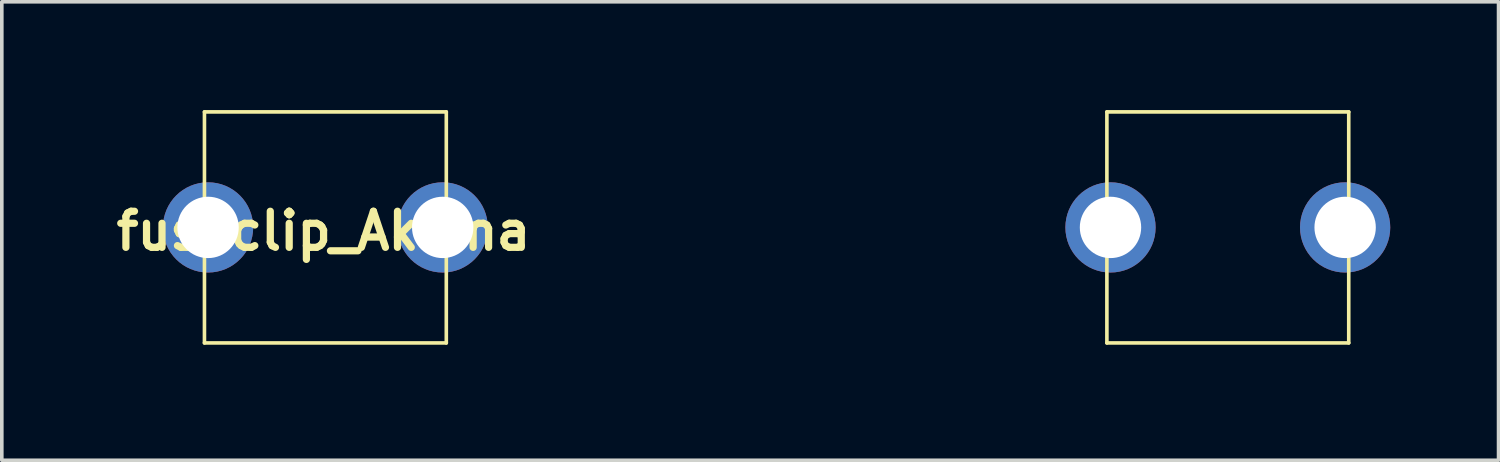
<source format=kicad_pcb>
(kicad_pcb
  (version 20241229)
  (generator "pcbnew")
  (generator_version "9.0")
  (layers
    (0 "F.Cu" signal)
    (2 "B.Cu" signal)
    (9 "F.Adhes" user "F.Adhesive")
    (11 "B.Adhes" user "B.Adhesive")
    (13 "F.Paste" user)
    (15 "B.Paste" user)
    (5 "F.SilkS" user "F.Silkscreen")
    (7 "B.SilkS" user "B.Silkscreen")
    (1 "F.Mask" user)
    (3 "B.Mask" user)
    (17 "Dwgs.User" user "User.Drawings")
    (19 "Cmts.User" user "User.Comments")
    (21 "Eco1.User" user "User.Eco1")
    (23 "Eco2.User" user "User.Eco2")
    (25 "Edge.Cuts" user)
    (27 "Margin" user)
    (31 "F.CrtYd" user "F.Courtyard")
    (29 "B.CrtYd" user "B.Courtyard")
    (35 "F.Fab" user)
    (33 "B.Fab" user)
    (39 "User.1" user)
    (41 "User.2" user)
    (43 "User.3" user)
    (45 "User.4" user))
  (footprint "fuseclip_Akema"
    (layer "F.Cu")
    (at 2.614 6.45)
    (property "Reference" "fuseclip_Akema" (at 3.3 -3.1 0) (unlocked yes) (layer "F.SilkS") (effects (font (size 1 1) (thickness 0.2) (bold yes))))
    (attr through_hole)
    (fp_line (start 0 -6.4) (end 0 0) (stroke (width 0.1) (type default)) (layer "F.SilkS"))
    (fp_line (start 0 0) (end 6.7 0) (stroke (width 0.1) (type default)) (layer "F.SilkS"))
    (fp_line (start 6.7 -6.4) (end 0 -6.4) (stroke (width 0.1) (type default)) (layer "F.SilkS"))
    (fp_line (start 6.7 0) (end 6.7 -6.4) (stroke (width 0.1) (type default)) (layer "F.SilkS"))
    (fp_line (start 25 -6.4) (end 25 0) (stroke (width 0.1) (type default)) (layer "F.SilkS"))
    (fp_line (start 25 0) (end 31.7 0) (stroke (width 0.1) (type default)) (layer "F.SilkS"))
    (fp_line (start 31.7 -6.4) (end 25 -6.4) (stroke (width 0.1) (type default)) (layer "F.SilkS"))
    (fp_line (start 31.7 0) (end 31.7 -6.4) (stroke (width 0.1) (type default)) (layer "F.SilkS"))
    (pad "1" thru_hole circle (at 0.1 -3.2) (size 2.5 2.5) (drill 1.7) (layers "*.Cu" "*.Mask"))
    (pad "1" thru_hole circle (at 6.6 -3.2) (size 2.5 2.5) (drill 1.7) (layers "*.Cu" "*.Mask"))
    (pad "2" thru_hole circle (at 25.1 -3.2) (size 2.5 2.5) (drill 1.7) (layers "*.Cu" "*.Mask"))
    (pad "2" thru_hole circle (at 31.6 -3.2) (size 2.5 2.5) (drill 1.7) (layers "*.Cu" "*.Mask")))
  (gr_rect
    (start -3 -3)
    (end 38.464 9.7)
    (stroke (width 0.1) (type default))
    (fill no)
    (layer "Edge.Cuts")))
</source>
